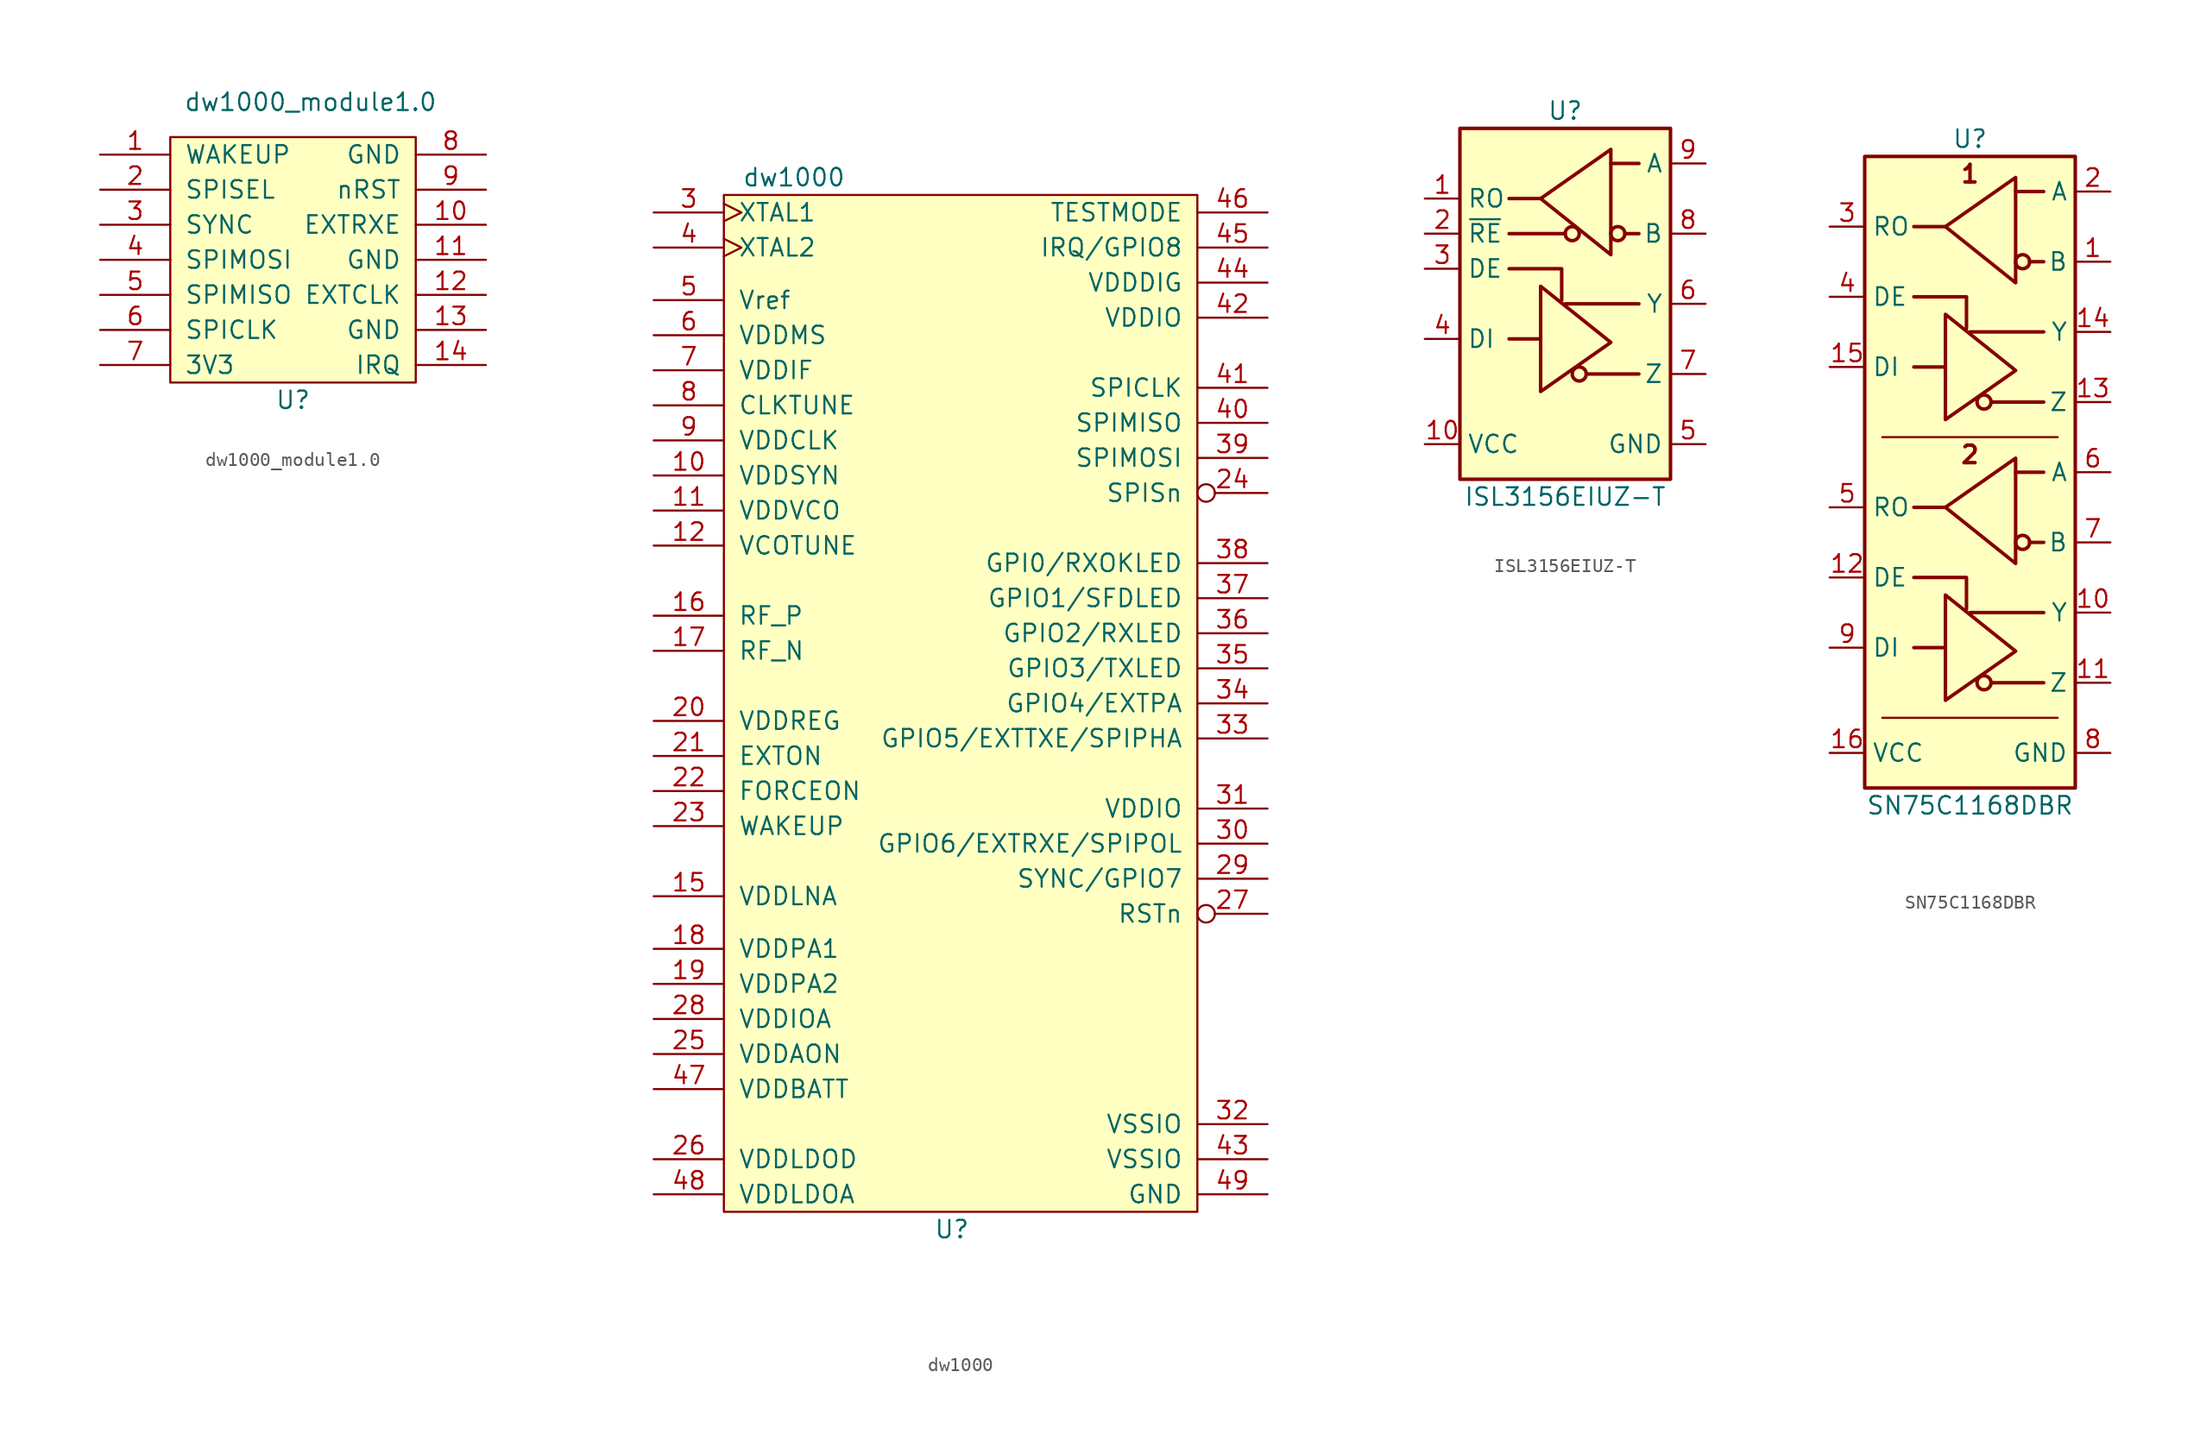
<source format=kicad_sym>
(kicad_symbol_lib
  (version 20211014)
  (generator kicad_symbol_editor)
  (symbol "dw1000_module1.0"
    (pin_names
      (offset 1.016))
    (property "Reference" "U"
      (at 0 -10.16 0)
      (effects (font (size 1.27 1.27))))
    (property "Value" "dw1000_module1.0"
      (at 1.27 11.43 0)
      (effects (font (size 1.27 1.27))))
    (symbol "dw1000_module1.0_0_1"
      (rectangle (start -8.89 8.89) (end 8.89 -8.89) (stroke (width 0) (type default) (color 0 0 0 0)) (fill (type background))))
    (symbol "dw1000_module1.0_1_1"
      (pin input line (at -13.97 7.62 0) (length 5.08) (name "WAKEUP" (effects (font (size 1.27 1.27)))) (number "1" (effects (font (size 1.27 1.27)))))
      (pin input line (at 13.97 2.54 180) (length 5.08) (name "EXTRXE" (effects (font (size 1.27 1.27)))) (number "10" (effects (font (size 1.27 1.27)))))
      (pin power_in line (at 13.97 0 180) (length 5.08) (name "GND" (effects (font (size 1.27 1.27)))) (number "11" (effects (font (size 1.27 1.27)))))
      (pin input line (at 13.97 -2.54 180) (length 5.08) (name "EXTCLK" (effects (font (size 1.27 1.27)))) (number "12" (effects (font (size 1.27 1.27)))))
      (pin power_in line (at 13.97 -5.08 180) (length 5.08) (name "GND" (effects (font (size 1.27 1.27)))) (number "13" (effects (font (size 1.27 1.27)))))
      (pin output line (at 13.97 -7.62 180) (length 5.08) (name "IRQ" (effects (font (size 1.27 1.27)))) (number "14" (effects (font (size 1.27 1.27)))))
      (pin input line (at -13.97 5.08 0) (length 5.08) (name "SPISEL" (effects (font (size 1.27 1.27)))) (number "2" (effects (font (size 1.27 1.27)))))
      (pin input line (at -13.97 2.54 0) (length 5.08) (name "SYNC" (effects (font (size 1.27 1.27)))) (number "3" (effects (font (size 1.27 1.27)))))
      (pin input line (at -13.97 0 0) (length 5.08) (name "SPIMOSI" (effects (font (size 1.27 1.27)))) (number "4" (effects (font (size 1.27 1.27)))))
      (pin output line (at -13.97 -2.54 0) (length 5.08) (name "SPIMISO" (effects (font (size 1.27 1.27)))) (number "5" (effects (font (size 1.27 1.27)))))
      (pin input line (at -13.97 -5.08 0) (length 5.08) (name "SPICLK" (effects (font (size 1.27 1.27)))) (number "6" (effects (font (size 1.27 1.27)))))
      (pin power_in line (at -13.97 -7.62 0) (length 5.08) (name "3V3" (effects (font (size 1.27 1.27)))) (number "7" (effects (font (size 1.27 1.27)))))
      (pin power_in line (at 13.97 7.62 180) (length 5.08) (name "GND" (effects (font (size 1.27 1.27)))) (number "8" (effects (font (size 1.27 1.27)))))
      (pin input line (at 13.97 5.08 180) (length 5.08) (name "nRST" (effects (font (size 1.27 1.27)))) (number "9" (effects (font (size 1.27 1.27)))))))
  (symbol "dw1000"
    (pin_names
      (offset 1.016))
    (property "Reference" "U"
      (at 1.27 -35.56 0)
      (effects (font (size 1.27 1.27))))
    (property "Value" "dw1000"
      (at -10.16 40.64 0)
      (effects (font (size 1.27 1.27))))
    (symbol "dw1000_0_1"
      (rectangle (start -15.24 39.37) (end 19.05 -34.29) (stroke (width 0) (type default) (color 0 0 0 0)) (fill (type background))))
    (symbol "dw1000_1_1"
      (pin no_connect non_logic (at -3.81 35.56 0) (length 5.08) hide (name "NC" (effects (font (size 1.27 1.27)))) (number "1" (effects (font (size 1.27 1.27)))))
      (pin input line (at -20.32 19.05 0) (length 5.08) (name "VDDSYN" (effects (font (size 1.27 1.27)))) (number "10" (effects (font (size 1.27 1.27)))))
      (pin input line (at -20.32 16.51 0) (length 5.08) (name "VDDVCO" (effects (font (size 1.27 1.27)))) (number "11" (effects (font (size 1.27 1.27)))))
      (pin input line (at -20.32 13.97 0) (length 5.08) (name "VCOTUNE" (effects (font (size 1.27 1.27)))) (number "12" (effects (font (size 1.27 1.27)))))
      (pin no_connect non_logic (at -3.81 30.48 0) (length 5.08) hide (name "NC" (effects (font (size 1.27 1.27)))) (number "13" (effects (font (size 1.27 1.27)))))
      (pin no_connect non_logic (at -3.81 27.94 0) (length 5.08) hide (name "NC" (effects (font (size 1.27 1.27)))) (number "14" (effects (font (size 1.27 1.27)))))
      (pin input line (at -20.32 -11.43 0) (length 5.08) (name "VDDLNA" (effects (font (size 1.27 1.27)))) (number "15" (effects (font (size 1.27 1.27)))))
      (pin output line (at -20.32 8.89 0) (length 5.08) (name "RF_P" (effects (font (size 1.27 1.27)))) (number "16" (effects (font (size 1.27 1.27)))))
      (pin output line (at -20.32 6.35 0) (length 5.08) (name "RF_N" (effects (font (size 1.27 1.27)))) (number "17" (effects (font (size 1.27 1.27)))))
      (pin power_in line (at -20.32 -15.24 0) (length 5.08) (name "VDDPA1" (effects (font (size 1.27 1.27)))) (number "18" (effects (font (size 1.27 1.27)))))
      (pin power_in line (at -20.32 -17.78 0) (length 5.08) (name "VDDPA2" (effects (font (size 1.27 1.27)))) (number "19" (effects (font (size 1.27 1.27)))))
      (pin no_connect non_logic (at -3.81 33.02 0) (length 5.08) hide (name "NC" (effects (font (size 1.27 1.27)))) (number "2" (effects (font (size 1.27 1.27)))))
      (pin input line (at -20.32 1.27 0) (length 5.08) (name "VDDREG" (effects (font (size 1.27 1.27)))) (number "20" (effects (font (size 1.27 1.27)))))
      (pin output line (at -20.32 -1.27 0) (length 5.08) (name "EXTON" (effects (font (size 1.27 1.27)))) (number "21" (effects (font (size 1.27 1.27)))))
      (pin input line (at -20.32 -3.81 0) (length 5.08) (name "FORCEON" (effects (font (size 1.27 1.27)))) (number "22" (effects (font (size 1.27 1.27)))))
      (pin input line (at -20.32 -6.35 0) (length 5.08) (name "WAKEUP" (effects (font (size 1.27 1.27)))) (number "23" (effects (font (size 1.27 1.27)))))
      (pin input inverted (at 24.13 17.78 180) (length 5.08) (name "SPISn" (effects (font (size 1.27 1.27)))) (number "24" (effects (font (size 1.27 1.27)))))
      (pin input line (at -20.32 -22.86 0) (length 5.08) (name "VDDAON" (effects (font (size 1.27 1.27)))) (number "25" (effects (font (size 1.27 1.27)))))
      (pin input line (at -20.32 -30.48 0) (length 5.08) (name "VDDLDOD" (effects (font (size 1.27 1.27)))) (number "26" (effects (font (size 1.27 1.27)))))
      (pin input inverted (at 24.13 -12.7 180) (length 5.08) (name "RSTn" (effects (font (size 1.27 1.27)))) (number "27" (effects (font (size 1.27 1.27)))))
      (pin input line (at -20.32 -20.32 0) (length 5.08) (name "VDDIOA" (effects (font (size 1.27 1.27)))) (number "28" (effects (font (size 1.27 1.27)))))
      (pin input line (at 24.13 -10.16 180) (length 5.08) (name "SYNC/GPIO7" (effects (font (size 1.27 1.27)))) (number "29" (effects (font (size 1.27 1.27)))))
      (pin input clock (at -20.32 38.1 0) (length 5.08) (name "XTAL1" (effects (font (size 1.27 1.27)))) (number "3" (effects (font (size 1.27 1.27)))))
      (pin input line (at 24.13 -7.62 180) (length 5.08) (name "GPIO6/EXTRXE/SPIPOL" (effects (font (size 1.27 1.27)))) (number "30" (effects (font (size 1.27 1.27)))))
      (pin input line (at 24.13 -5.08 180) (length 5.08) (name "VDDIO" (effects (font (size 1.27 1.27)))) (number "31" (effects (font (size 1.27 1.27)))))
      (pin power_in line (at 24.13 -27.94 180) (length 5.08) (name "VSSIO" (effects (font (size 1.27 1.27)))) (number "32" (effects (font (size 1.27 1.27)))))
      (pin output line (at 24.13 0 180) (length 5.08) (name "GPIO5/EXTTXE/SPIPHA" (effects (font (size 1.27 1.27)))) (number "33" (effects (font (size 1.27 1.27)))))
      (pin output line (at 24.13 2.54 180) (length 5.08) (name "GPIO4/EXTPA" (effects (font (size 1.27 1.27)))) (number "34" (effects (font (size 1.27 1.27)))))
      (pin output line (at 24.13 5.08 180) (length 5.08) (name "GPIO3/TXLED" (effects (font (size 1.27 1.27)))) (number "35" (effects (font (size 1.27 1.27)))))
      (pin input line (at 24.13 7.62 180) (length 5.08) (name "GPIO2/RXLED" (effects (font (size 1.27 1.27)))) (number "36" (effects (font (size 1.27 1.27)))))
      (pin output line (at 24.13 10.16 180) (length 5.08) (name "GPIO1/SFDLED" (effects (font (size 1.27 1.27)))) (number "37" (effects (font (size 1.27 1.27)))))
      (pin output line (at 24.13 12.7 180) (length 5.08) (name "GPI0/RXOKLED" (effects (font (size 1.27 1.27)))) (number "38" (effects (font (size 1.27 1.27)))))
      (pin input line (at 24.13 20.32 180) (length 5.08) (name "SPIMOSI" (effects (font (size 1.27 1.27)))) (number "39" (effects (font (size 1.27 1.27)))))
      (pin input clock (at -20.32 35.56 0) (length 5.08) (name "XTAL2" (effects (font (size 1.27 1.27)))) (number "4" (effects (font (size 1.27 1.27)))))
      (pin input line (at 24.13 22.86 180) (length 5.08) (name "SPIMISO" (effects (font (size 1.27 1.27)))) (number "40" (effects (font (size 1.27 1.27)))))
      (pin input line (at 24.13 25.4 180) (length 5.08) (name "SPICLK" (effects (font (size 1.27 1.27)))) (number "41" (effects (font (size 1.27 1.27)))))
      (pin input line (at 24.13 30.48 180) (length 5.08) (name "VDDIO" (effects (font (size 1.27 1.27)))) (number "42" (effects (font (size 1.27 1.27)))))
      (pin power_in line (at 24.13 -30.48 180) (length 5.08) (name "VSSIO" (effects (font (size 1.27 1.27)))) (number "43" (effects (font (size 1.27 1.27)))))
      (pin input line (at 24.13 33.02 180) (length 5.08) (name "VDDDIG" (effects (font (size 1.27 1.27)))) (number "44" (effects (font (size 1.27 1.27)))))
      (pin output line (at 24.13 35.56 180) (length 5.08) (name "IRQ/GPIO8" (effects (font (size 1.27 1.27)))) (number "45" (effects (font (size 1.27 1.27)))))
      (pin power_in line (at 24.13 38.1 180) (length 5.08) (name "TESTMODE" (effects (font (size 1.27 1.27)))) (number "46" (effects (font (size 1.27 1.27)))))
      (pin input line (at -20.32 -25.4 0) (length 5.08) (name "VDDBATT" (effects (font (size 1.27 1.27)))) (number "47" (effects (font (size 1.27 1.27)))))
      (pin input line (at -20.32 -33.02 0) (length 5.08) (name "VDDLDOA" (effects (font (size 1.27 1.27)))) (number "48" (effects (font (size 1.27 1.27)))))
      (pin power_in line (at 24.13 -33.02 180) (length 5.08) (name "GND" (effects (font (size 1.27 1.27)))) (number "49" (effects (font (size 1.27 1.27)))))
      (pin input line (at -20.32 31.75 0) (length 5.08) (name "Vref" (effects (font (size 1.27 1.27)))) (number "5" (effects (font (size 1.27 1.27)))))
      (pin input line (at -20.32 29.21 0) (length 5.08) (name "VDDMS" (effects (font (size 1.27 1.27)))) (number "6" (effects (font (size 1.27 1.27)))))
      (pin input line (at -20.32 26.67 0) (length 5.08) (name "VDDIF" (effects (font (size 1.27 1.27)))) (number "7" (effects (font (size 1.27 1.27)))))
      (pin input line (at -20.32 24.13 0) (length 5.08) (name "CLKTUNE" (effects (font (size 1.27 1.27)))) (number "8" (effects (font (size 1.27 1.27)))))
      (pin input line (at -20.32 21.59 0) (length 5.08) (name "VDDCLK" (effects (font (size 1.27 1.27)))) (number "9" (effects (font (size 1.27 1.27)))))))
  (symbol "ISL3156EIUZ-T"
    (property "Reference" "U"
      (at 0 13.97 0)
      (effects (font (size 1.27 1.27))))
    (property "Value" "ISL3156EIUZ-T"
      (at 0 -13.97 0)
      (effects (font (size 1.27 1.27))))
    (symbol "ISL3156EIUZ-T_0_1"
      (rectangle (start -7.62 12.7) (end 7.62 -12.7) (stroke (width 0.254) (type default) (color 0 0 0 0)) (fill (type background)))
      (polyline (pts (xy -4.064 5.08) (xy 0 5.08)) (stroke (width 0.254) (type default) (color 0 0 0 0)) (fill (type none)))
      (polyline (pts (xy -1.778 -2.54) (xy -4.064 -2.54)) (stroke (width 0.254) (type default) (color 0 0 0 0)) (fill (type none)))
      (polyline (pts (xy -1.778 7.62) (xy -4.064 7.62)) (stroke (width 0.254) (type default) (color 0 0 0 0)) (fill (type none)))
      (polyline (pts (xy 0 0) (xy 5.334 0)) (stroke (width 0.254) (type default) (color 0 0 0 0)) (fill (type none)))
      (polyline (pts (xy 1.524 -5.08) (xy 5.334 -5.08)) (stroke (width 0.254) (type default) (color 0 0 0 0)) (fill (type none)))
      (polyline (pts (xy 3.302 10.16) (xy 5.334 10.16)) (stroke (width 0.254) (type default) (color 0 0 0 0)) (fill (type none)))
      (polyline (pts (xy 4.318 5.08) (xy 5.334 5.08)) (stroke (width 0.254) (type default) (color 0 0 0 0)) (fill (type none)))
      (polyline (pts (xy -4.064 2.54) (xy -0.254 2.54) (xy -0.254 0.254)) (stroke (width 0.254) (type default) (color 0 0 0 0)) (fill (type none)))
      (polyline (pts (xy -1.778 -2.54) (xy -1.778 -6.35) (xy 3.302 -2.794) (xy -1.778 1.27) (xy -1.778 -2.54)) (stroke (width 0.254) (type default) (color 0 0 0 0)) (fill (type none)))
      (circle (center 1.016 -5.08) (radius 0.508) (stroke (width 0.254) (type default) (color 0 0 0 0)) (fill (type none))))
    (symbol "ISL3156EIUZ-T_1_1"
      (polyline (pts (xy 3.302 7.366) (xy 3.302 11.176) (xy -1.778 7.62) (xy 3.302 3.556) (xy 3.302 7.366)) (stroke (width 0.254) (type default) (color 0 0 0 0)) (fill (type none)))
      (circle (center 0.508 5.08) (radius 0.508) (stroke (width 0.254) (type default) (color 0 0 0 0)) (fill (type none)))
      (circle (center 3.81 5.08) (radius 0.508) (stroke (width 0.254) (type default) (color 0 0 0 0)) (fill (type none)))
      (pin output line (at -10.16 7.62 0) (length 2.54) (name "RO" (effects (font (size 1.27 1.27)))) (number "1" (effects (font (size 1.27 1.27)))))
      (pin power_in line (at -10.16 -10.16 0) (length 2.54) (name "VCC" (effects (font (size 1.27 1.27)))) (number "10" (effects (font (size 1.27 1.27)))))
      (pin input line (at -10.16 5.08 0) (length 2.54) (name "~{RE}" (effects (font (size 1.27 1.27)))) (number "2" (effects (font (size 1.27 1.27)))))
      (pin input line (at -10.16 2.54 0) (length 2.54) (name "DE" (effects (font (size 1.27 1.27)))) (number "3" (effects (font (size 1.27 1.27)))))
      (pin input line (at -10.16 -2.54 0) (length 2.54) (name "DI" (effects (font (size 1.27 1.27)))) (number "4" (effects (font (size 1.27 1.27)))))
      (pin power_in line (at 10.16 -10.16 180) (length 2.54) (name "GND" (effects (font (size 1.27 1.27)))) (number "5" (effects (font (size 1.27 1.27)))))
      (pin output line (at 10.16 0 180) (length 2.54) (name "Y" (effects (font (size 1.27 1.27)))) (number "6" (effects (font (size 1.27 1.27)))))
      (pin output line (at 10.16 -5.08 180) (length 2.54) (name "Z" (effects (font (size 1.27 1.27)))) (number "7" (effects (font (size 1.27 1.27)))))
      (pin input line (at 10.16 5.08 180) (length 2.54) (name "B" (effects (font (size 1.27 1.27)))) (number "8" (effects (font (size 1.27 1.27)))))
      (pin input line (at 10.16 10.16 180) (length 2.54) (name "A" (effects (font (size 1.27 1.27)))) (number "9" (effects (font (size 1.27 1.27)))))))
  (symbol "SN75C1168DBR"
    (property "Reference" "U"
      (at 0 13.97 0)
      (effects (font (size 1.27 1.27))))
    (property "Value" "SN75C1168DBR"
      (at 0 -34.29 0)
      (effects (font (size 1.27 1.27))))
    (symbol "SN75C1168DBR_0_0"
      (text "1" (at 0 11.43 0) (effects (font (size 1.27 1.27) bold)))
      (text "2" (at 0 -8.89 0) (effects (font (size 1.27 1.27) bold))))
    (symbol "SN75C1168DBR_0_1"
      (rectangle (start -7.62 12.7) (end 7.62 -33.02) (stroke (width 0.254) (type default) (color 0 0 0 0)) (fill (type background)))
      (polyline (pts (xy -1.778 -22.86) (xy -4.064 -22.86)) (stroke (width 0.254) (type default) (color 0 0 0 0)) (fill (type none)))
      (polyline (pts (xy -1.778 -12.7) (xy -4.064 -12.7)) (stroke (width 0.254) (type default) (color 0 0 0 0)) (fill (type none)))
      (polyline (pts (xy -1.778 -2.54) (xy -4.064 -2.54)) (stroke (width 0.254) (type default) (color 0 0 0 0)) (fill (type none)))
      (polyline (pts (xy -1.778 7.62) (xy -4.064 7.62)) (stroke (width 0.254) (type default) (color 0 0 0 0)) (fill (type none)))
      (polyline (pts (xy 0 -20.32) (xy 5.334 -20.32)) (stroke (width 0.254) (type default) (color 0 0 0 0)) (fill (type none)))
      (polyline (pts (xy 0 0) (xy 5.334 0)) (stroke (width 0.254) (type default) (color 0 0 0 0)) (fill (type none)))
      (polyline (pts (xy 1.524 -25.4) (xy 5.334 -25.4)) (stroke (width 0.254) (type default) (color 0 0 0 0)) (fill (type none)))
      (polyline (pts (xy 1.524 -5.08) (xy 5.334 -5.08)) (stroke (width 0.254) (type default) (color 0 0 0 0)) (fill (type none)))
      (polyline (pts (xy 3.302 -10.16) (xy 5.334 -10.16)) (stroke (width 0.254) (type default) (color 0 0 0 0)) (fill (type none)))
      (polyline (pts (xy 3.302 10.16) (xy 5.334 10.16)) (stroke (width 0.254) (type default) (color 0 0 0 0)) (fill (type none)))
      (polyline (pts (xy 4.318 -15.24) (xy 5.334 -15.24)) (stroke (width 0.254) (type default) (color 0 0 0 0)) (fill (type none)))
      (polyline (pts (xy 4.318 5.08) (xy 5.334 5.08)) (stroke (width 0.254) (type default) (color 0 0 0 0)) (fill (type none)))
      (polyline (pts (xy 6.35 -27.94) (xy -6.35 -27.94)) (stroke (width 0) (type default) (color 0 0 0 0)) (fill (type none)))
      (polyline (pts (xy 6.35 -7.62) (xy -6.35 -7.62)) (stroke (width 0) (type default) (color 0 0 0 0)) (fill (type none)))
      (polyline (pts (xy -4.064 -17.78) (xy -0.254 -17.78) (xy -0.254 -20.066)) (stroke (width 0.254) (type default) (color 0 0 0 0)) (fill (type none)))
      (polyline (pts (xy -4.064 2.54) (xy -0.254 2.54) (xy -0.254 0.254)) (stroke (width 0.254) (type default) (color 0 0 0 0)) (fill (type none)))
      (polyline (pts (xy -1.778 -22.86) (xy -1.778 -26.67) (xy 3.302 -23.114) (xy -1.778 -19.05) (xy -1.778 -22.86)) (stroke (width 0.254) (type default) (color 0 0 0 0)) (fill (type none)))
      (polyline (pts (xy -1.778 -2.54) (xy -1.778 -6.35) (xy 3.302 -2.794) (xy -1.778 1.27) (xy -1.778 -2.54)) (stroke (width 0.254) (type default) (color 0 0 0 0)) (fill (type none)))
      (circle (center 1.016 -25.4) (radius 0.508) (stroke (width 0.254) (type default) (color 0 0 0 0)) (fill (type none)))
      (circle (center 1.016 -5.08) (radius 0.508) (stroke (width 0.254) (type default) (color 0 0 0 0)) (fill (type none))))
    (symbol "SN75C1168DBR_1_1"
      (polyline (pts (xy 3.302 -12.954) (xy 3.302 -9.144) (xy -1.778 -12.7) (xy 3.302 -16.764) (xy 3.302 -12.954)) (stroke (width 0.254) (type default) (color 0 0 0 0)) (fill (type none)))
      (polyline (pts (xy 3.302 7.366) (xy 3.302 11.176) (xy -1.778 7.62) (xy 3.302 3.556) (xy 3.302 7.366)) (stroke (width 0.254) (type default) (color 0 0 0 0)) (fill (type none)))
      (circle (center 3.81 -15.24) (radius 0.508) (stroke (width 0.254) (type default) (color 0 0 0 0)) (fill (type none)))
      (circle (center 3.81 5.08) (radius 0.508) (stroke (width 0.254) (type default) (color 0 0 0 0)) (fill (type none)))
      (pin input line (at 10.16 5.08 180) (length 2.54) (name "B" (effects (font (size 1.27 1.27)))) (number "1" (effects (font (size 1.27 1.27)))))
      (pin output line (at 10.16 -20.32 180) (length 2.54) (name "Y" (effects (font (size 1.27 1.27)))) (number "10" (effects (font (size 1.27 1.27)))))
      (pin output line (at 10.16 -25.4 180) (length 2.54) (name "Z" (effects (font (size 1.27 1.27)))) (number "11" (effects (font (size 1.27 1.27)))))
      (pin input line (at -10.16 -17.78 0) (length 2.54) (name "DE" (effects (font (size 1.27 1.27)))) (number "12" (effects (font (size 1.27 1.27)))))
      (pin output line (at 10.16 -5.08 180) (length 2.54) (name "Z" (effects (font (size 1.27 1.27)))) (number "13" (effects (font (size 1.27 1.27)))))
      (pin output line (at 10.16 0 180) (length 2.54) (name "Y" (effects (font (size 1.27 1.27)))) (number "14" (effects (font (size 1.27 1.27)))))
      (pin input line (at -10.16 -2.54 0) (length 2.54) (name "DI" (effects (font (size 1.27 1.27)))) (number "15" (effects (font (size 1.27 1.27)))))
      (pin power_in line (at -10.16 -30.48 0) (length 2.54) (name "VCC" (effects (font (size 1.27 1.27)))) (number "16" (effects (font (size 1.27 1.27)))))
      (pin input line (at 10.16 10.16 180) (length 2.54) (name "A" (effects (font (size 1.27 1.27)))) (number "2" (effects (font (size 1.27 1.27)))))
      (pin output line (at -10.16 7.62 0) (length 2.54) (name "RO" (effects (font (size 1.27 1.27)))) (number "3" (effects (font (size 1.27 1.27)))))
      (pin input line (at -10.16 2.54 0) (length 2.54) (name "DE" (effects (font (size 1.27 1.27)))) (number "4" (effects (font (size 1.27 1.27)))))
      (pin output line (at -10.16 -12.7 0) (length 2.54) (name "RO" (effects (font (size 1.27 1.27)))) (number "5" (effects (font (size 1.27 1.27)))))
      (pin input line (at 10.16 -10.16 180) (length 2.54) (name "A" (effects (font (size 1.27 1.27)))) (number "6" (effects (font (size 1.27 1.27)))))
      (pin input line (at 10.16 -15.24 180) (length 2.54) (name "B" (effects (font (size 1.27 1.27)))) (number "7" (effects (font (size 1.27 1.27)))))
      (pin power_in line (at 10.16 -30.48 180) (length 2.54) (name "GND" (effects (font (size 1.27 1.27)))) (number "8" (effects (font (size 1.27 1.27)))))
      (pin input line (at -10.16 -22.86 0) (length 2.54) (name "DI" (effects (font (size 1.27 1.27)))) (number "9" (effects (font (size 1.27 1.27))))))))
</source>
